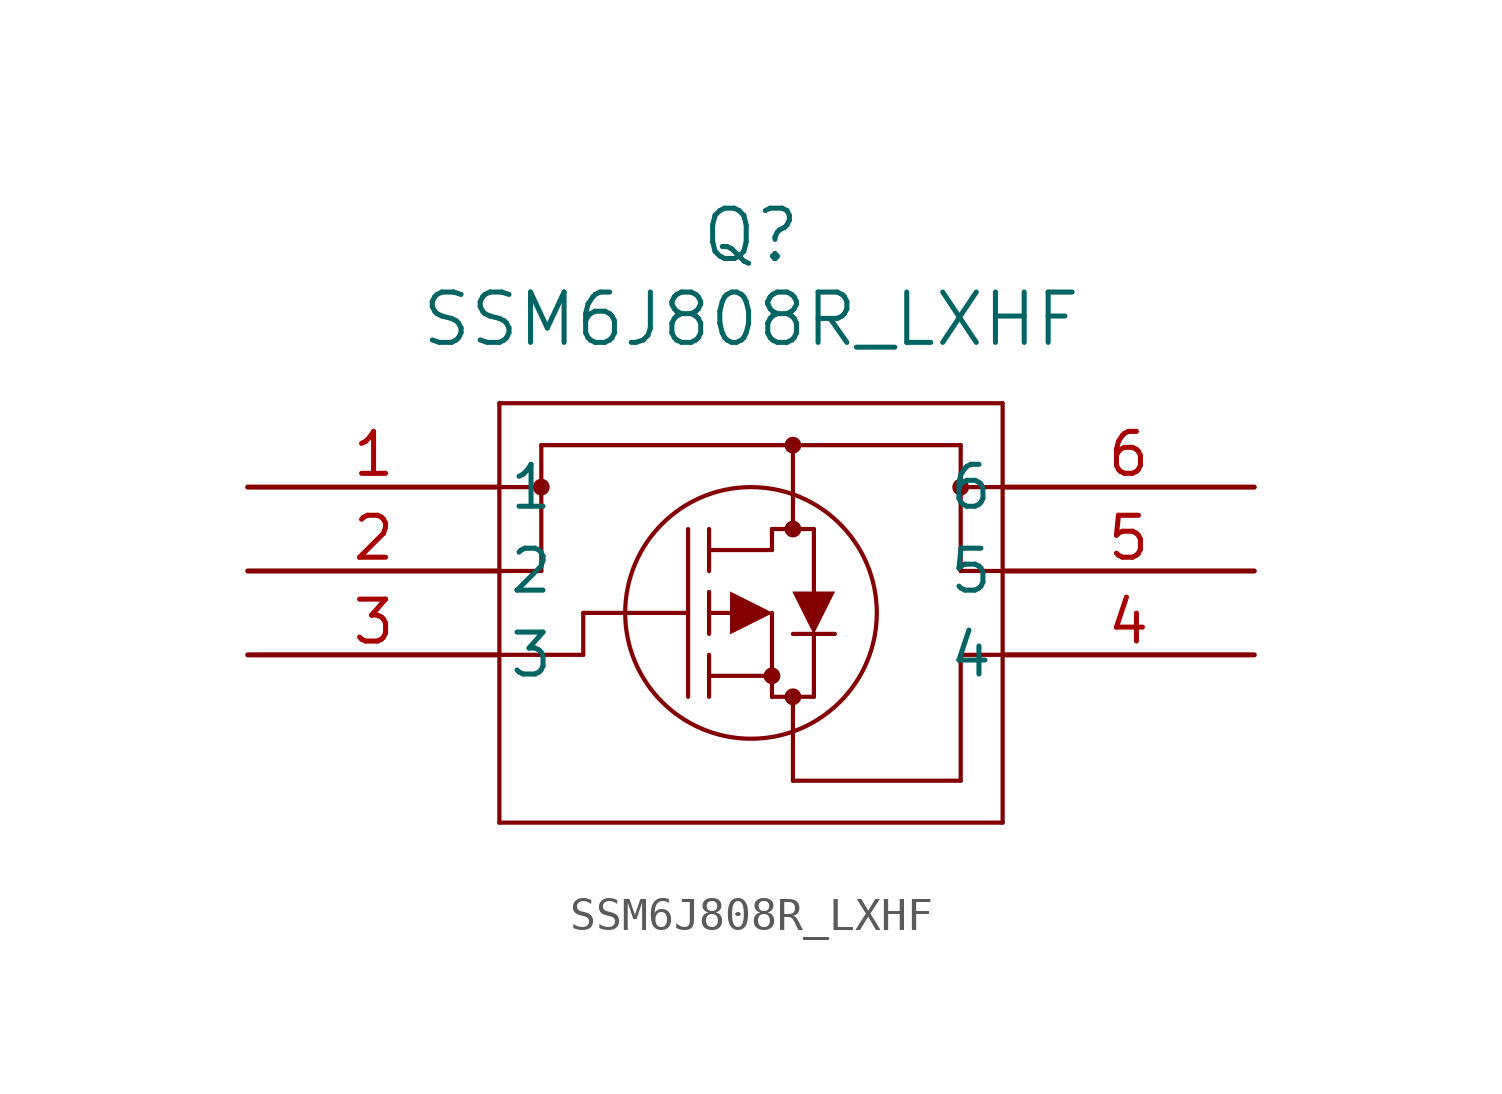
<source format=kicad_sym>
(kicad_symbol_lib
  (version 20211014)
  (generator kicad_symbol_editor)
  (symbol "SSM6J808R_LXHF"
    (pin_names
      (offset 0.254))
    (property "Reference" "Q"
      (at 15.24 7.62 0)
      (effects (font (size 1.524 1.524))))
    (property "Value" "SSM6J808R_LXHF"
      (at 15.24 5.08 0)
      (effects (font (size 1.524 1.524))))
    (symbol "SSM6J808R_LXHF_0_1"
      (polyline (pts (xy 22.86 -2.54) (xy 21.59 -2.54)) (stroke (width 0.127) (type default) (color 0 0 0 0)) (fill (type none)))
      (polyline (pts (xy 21.59 -2.54) (xy 21.59 1.27)) (stroke (width 0.127) (type default) (color 0 0 0 0)) (fill (type none)))
      (polyline (pts (xy 7.62 2.54) (xy 7.62 -10.16)) (stroke (width 0.127) (type default) (color 0 0 0 0)) (fill (type none)))
      (polyline (pts (xy 7.62 -10.16) (xy 22.86 -10.16)) (stroke (width 0.127) (type default) (color 0 0 0 0)) (fill (type none)))
      (polyline (pts (xy 22.86 -10.16) (xy 22.86 2.54)) (stroke (width 0.127) (type default) (color 0 0 0 0)) (fill (type none)))
      (polyline (pts (xy 22.86 2.54) (xy 7.62 2.54)) (stroke (width 0.127) (type default) (color 0 0 0 0)) (fill (type none)))
      (circle (center 16.51 -1.27) (radius 0.127) (stroke (width 0.254) (type default) (color 0 0 0 0)) (fill (type none)))
      (circle (center 16.51 -6.35) (radius 0.127) (stroke (width 0.254) (type default) (color 0 0 0 0)) (fill (type none)))
      (circle (center 15.875 -5.715) (radius 0.127) (stroke (width 0.254) (type default) (color 0 0 0 0)) (fill (type none)))
      (circle (center 15.24 -3.81) (radius 3.81) (stroke (width 0.127) (type default) (color 0 0 0 0)) (fill (type none)))
      (polyline (pts (xy 10.16 -3.81) (xy 13.335 -3.81)) (stroke (width 0.127) (type default) (color 0 0 0 0)) (fill (type none)))
      (polyline (pts (xy 13.335 -6.35) (xy 13.335 -1.27)) (stroke (width 0.127) (type default) (color 0 0 0 0)) (fill (type none)))
      (polyline (pts (xy 13.97 -4.445) (xy 13.97 -3.175)) (stroke (width 0.127) (type default) (color 0 0 0 0)) (fill (type none)))
      (polyline (pts (xy 13.97 -6.35) (xy 13.97 -5.08)) (stroke (width 0.127) (type default) (color 0 0 0 0)) (fill (type none)))
      (polyline (pts (xy 13.97 -2.54) (xy 13.97 -1.27)) (stroke (width 0.127) (type default) (color 0 0 0 0)) (fill (type none)))
      (polyline (pts (xy 15.24 -3.81) (xy 13.97 -3.81)) (stroke (width 0.127) (type default) (color 0 0 0 0)) (fill (type none)))
      (polyline (pts (xy 13.97 -5.715) (xy 15.875 -5.715)) (stroke (width 0.127) (type default) (color 0 0 0 0)) (fill (type none)))
      (polyline (pts (xy 15.875 -6.35) (xy 15.875 -3.81)) (stroke (width 0.127) (type default) (color 0 0 0 0)) (fill (type none)))
      (polyline (pts (xy 15.875 -6.35) (xy 17.145 -6.35)) (stroke (width 0.127) (type default) (color 0 0 0 0)) (fill (type none)))
      (polyline (pts (xy 13.97 -1.905) (xy 15.875 -1.905)) (stroke (width 0.127) (type default) (color 0 0 0 0)) (fill (type none)))
      (polyline (pts (xy 17.145 -3.175) (xy 17.145 -1.27)) (stroke (width 0.127) (type default) (color 0 0 0 0)) (fill (type none)))
      (polyline (pts (xy 17.145 -6.35) (xy 17.145 -4.445)) (stroke (width 0.127) (type default) (color 0 0 0 0)) (fill (type none)))
      (polyline (pts (xy 17.78 -4.445) (xy 16.51 -4.445)) (stroke (width 0.127) (type default) (color 0 0 0 0)) (fill (type none)))
      (polyline (pts (xy 15.875 -1.27) (xy 17.145 -1.27)) (stroke (width 0.127) (type default) (color 0 0 0 0)) (fill (type none)))
      (polyline (pts (xy 15.875 -1.905) (xy 15.875 -1.27)) (stroke (width 0.127) (type default) (color 0 0 0 0)) (fill (type none)))
      (polyline (pts (xy 16.51 -8.89) (xy 21.59 -8.89)) (stroke (width 0.127) (type default) (color 0 0 0 0)) (fill (type none)))
      (polyline (pts (xy 7.62 0) (xy 8.89 0)) (stroke (width 0.127) (type default) (color 0 0 0 0)) (fill (type none)))
      (polyline (pts (xy 7.62 -2.54) (xy 8.89 -2.54)) (stroke (width 0.127) (type default) (color 0 0 0 0)) (fill (type none)))
      (polyline (pts (xy 8.89 1.27) (xy 8.89 -2.54)) (stroke (width 0.127) (type default) (color 0 0 0 0)) (fill (type none)))
      (circle (center 8.89 0) (radius 0.127) (stroke (width 0.254) (type default) (color 0 0 0 0)) (fill (type none)))
      (polyline (pts (xy 21.59 1.27) (xy 8.89 1.27)) (stroke (width 0.127) (type default) (color 0 0 0 0)) (fill (type none)))
      (polyline (pts (xy 22.86 0) (xy 21.59 0)) (stroke (width 0.127) (type default) (color 0 0 0 0)) (fill (type none)))
      (polyline (pts (xy 16.51 -8.89) (xy 16.51 -6.35)) (stroke (width 0.127) (type default) (color 0 0 0 0)) (fill (type none)))
      (circle (center 21.59 0) (radius 0.127) (stroke (width 0.254) (type default) (color 0 0 0 0)) (fill (type none)))
      (polyline (pts (xy 16.51 1.27) (xy 16.51 -1.27)) (stroke (width 0.127) (type default) (color 0 0 0 0)) (fill (type none)))
      (circle (center 16.51 1.27) (radius 0.127) (stroke (width 0.254) (type default) (color 0 0 0 0)) (fill (type none)))
      (polyline (pts (xy 14.605 -4.445) (xy 15.875 -3.81) (xy 14.605 -3.175)) (stroke (width 0.025) (type default) (color 0 0 0 0)) (fill (type outline)))
      (polyline (pts (xy 17.78 -3.175) (xy 16.51 -3.175) (xy 17.145 -4.445)) (stroke (width 0.025) (type default) (color 0 0 0 0)) (fill (type outline)))
      (polyline (pts (xy 7.62 -5.08) (xy 10.16 -5.08)) (stroke (width 0.127) (type default) (color 0 0 0 0)) (fill (type none)))
      (polyline (pts (xy 10.16 -5.08) (xy 10.16 -3.81)) (stroke (width 0.127) (type default) (color 0 0 0 0)) (fill (type none)))
      (polyline (pts (xy 21.59 -5.08) (xy 21.59 -8.89)) (stroke (width 0.127) (type default) (color 0 0 0 0)) (fill (type none)))
      (polyline (pts (xy 21.59 -5.08) (xy 22.86 -5.08)) (stroke (width 0.127) (type default) (color 0 0 0 0)) (fill (type none)))
      (pin unspecified line (at 0 0 0) (length 7.62) (name "1" (effects (font (size 1.27 1.27)))) (number "1" (effects (font (size 1.27 1.27)))))
      (pin unspecified line (at 0 -2.54 0) (length 7.62) (name "2" (effects (font (size 1.27 1.27)))) (number "2" (effects (font (size 1.27 1.27)))))
      (pin unspecified line (at 0 -5.08 0) (length 7.62) (name "3" (effects (font (size 1.27 1.27)))) (number "3" (effects (font (size 1.27 1.27)))))
      (pin unspecified line (at 30.48 -5.08 180) (length 7.62) (name "4" (effects (font (size 1.27 1.27)))) (number "4" (effects (font (size 1.27 1.27)))))
      (pin unspecified line (at 30.48 -2.54 180) (length 7.62) (name "5" (effects (font (size 1.27 1.27)))) (number "5" (effects (font (size 1.27 1.27)))))
      (pin unspecified line (at 30.48 0 180) (length 7.62) (name "6" (effects (font (size 1.27 1.27)))) (number "6" (effects (font (size 1.27 1.27))))))))
</source>
